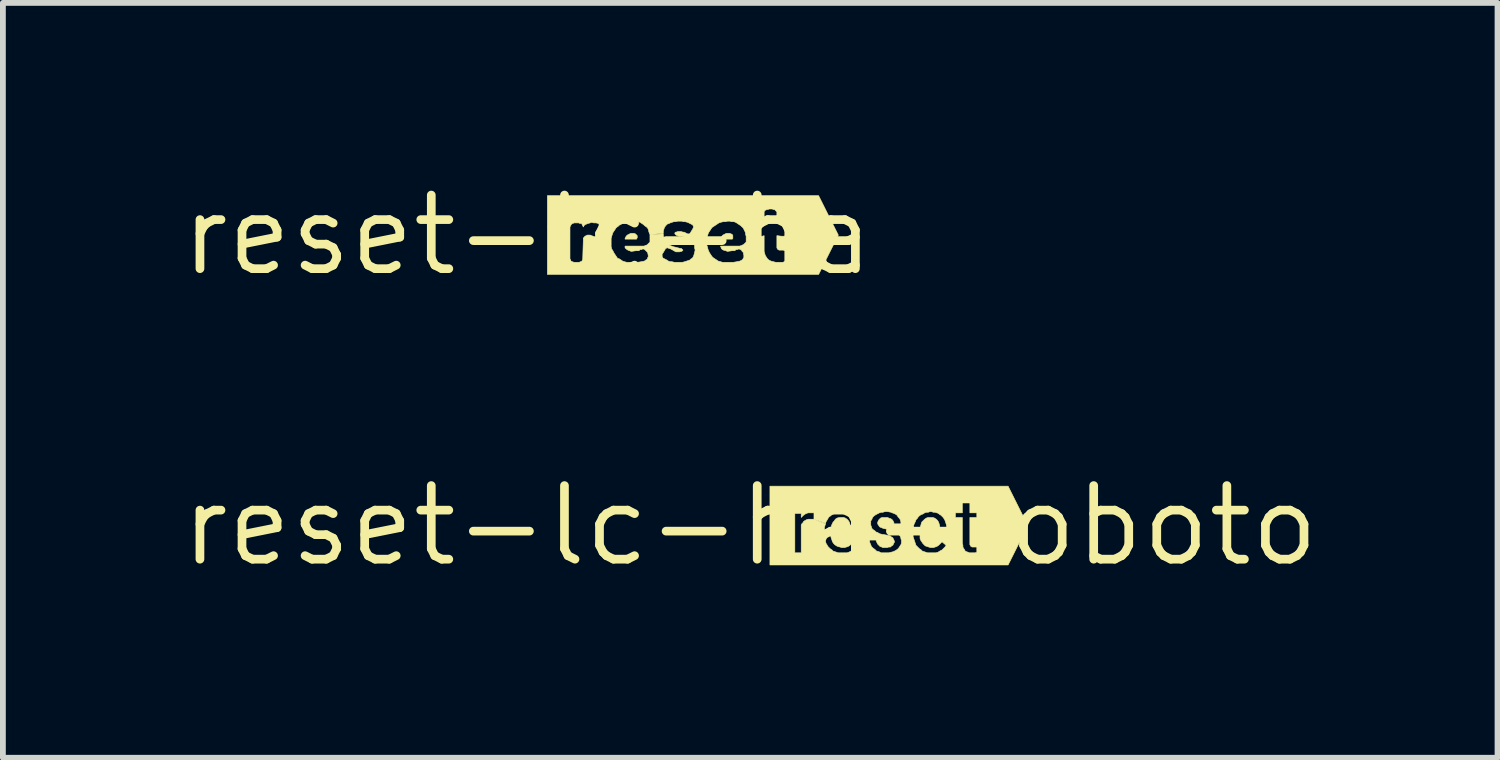
<source format=kicad_pcb>
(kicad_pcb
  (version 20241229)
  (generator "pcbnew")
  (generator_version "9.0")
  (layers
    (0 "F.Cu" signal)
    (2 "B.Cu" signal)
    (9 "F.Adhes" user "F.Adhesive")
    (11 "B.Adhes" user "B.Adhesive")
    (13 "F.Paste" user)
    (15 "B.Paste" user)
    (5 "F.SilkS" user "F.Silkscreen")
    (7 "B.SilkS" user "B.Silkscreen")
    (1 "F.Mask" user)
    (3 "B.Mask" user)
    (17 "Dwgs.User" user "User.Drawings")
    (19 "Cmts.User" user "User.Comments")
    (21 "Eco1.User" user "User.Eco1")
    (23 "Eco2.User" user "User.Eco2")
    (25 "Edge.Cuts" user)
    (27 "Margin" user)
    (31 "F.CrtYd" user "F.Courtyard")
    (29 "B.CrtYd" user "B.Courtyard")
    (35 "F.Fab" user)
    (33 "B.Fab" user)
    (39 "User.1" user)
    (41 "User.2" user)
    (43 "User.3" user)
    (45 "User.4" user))
  (footprint "reset-lc-ha"
    (layer "F.Cu")
    (at 6.055 1.006)
    (property "Reference" "reset-lc-ha" (at 0 0 0) (layer "F.SilkS") (effects (font (size 1.27 1.27) (thickness 0.15))))
    (attr board_only exclude_from_pos_files exclude_from_bom)
    (fp_poly (pts (xy 1.84 0.07) (xy 1.86 0.07) (xy 1.87 0.07) (xy 1.88 0.07) (xy 1.88 0.06) (xy 1.89 0.05) (xy 1.89 0.04) (xy 1.89 0.02) (xy 1.89 0.01) (xy 1.87 -0.01) (xy 1.86 -0.02) (xy 1.83 -0.03) (xy 1.8 -0.03) (xy 1.78 -0.03) (xy 1.76 -0.02) (xy 1.74 -0.01) (xy 1.72 0) (xy 1.7 0.02) (xy 1.69 0.04) (xy 1.68 0.06) (xy 1.68 0.07) (xy 1.84 0.07)) (stroke (width 0.01) (type solid)) (fill yes) (layer "F.SilkS"))
    (fp_poly (pts (xy 3.5 0.07) (xy 3.51 0.07) (xy 3.52 0.07) (xy 3.53 0.07) (xy 3.54 0.06) (xy 3.54 0.05) (xy 3.54 0.04) (xy 3.54 0.02) (xy 3.54 0.01) (xy 3.53 -0.01) (xy 3.51 -0.02) (xy 3.48 -0.03) (xy 3.45 -0.03) (xy 3.43 -0.03) (xy 3.41 -0.02) (xy 3.39 -0.01) (xy 3.37 0) (xy 3.35 0.02) (xy 3.34 0.04) (xy 3.33 0.06) (xy 3.33 0.07) (xy 3.5 0.07)) (stroke (width 0.01) (type solid)) (fill yes) (layer "F.SilkS"))
    (fp_poly (pts (xy 0.68 -0.68) (xy 0.34 -0.68) (xy 0.34 0.68) (xy 0.74 0.44) (xy 0.74 0.43) (xy 0.73 0.41) (xy 0.73 0.39) (xy 0.73 -0.14) (xy 0.74 -0.16) (xy 0.75 -0.18) (xy 0.76 -0.19) (xy 0.77 -0.2) (xy 0.78 -0.2) (xy 0.8 -0.21) (xy 0.86 -0.21) (xy 0.88 -0.21) (xy 0.9 -0.2) (xy 0.93 -0.2) (xy 0.94 -0.18) (xy 0.95 -0.16) (xy 0.96 -0.14) (xy 0.97 -0.16) (xy 0.99 -0.18) (xy 1.04 -0.2) (xy 1.08 -0.21) (xy 1.1 -0.22) (xy 1.14 -0.21) (xy 1.18 -0.21) (xy 1.22 -0.2) (xy 1.24 -0.17) (xy 1.25 -0.16) (xy 1.25 -0.14) (xy 1.25 -0.11) (xy 1.25 -0.08) (xy 1.46 -0.01) (xy 1.47 -0.04) (xy 1.49 -0.07) (xy 1.51 -0.1) (xy 1.53 -0.13) (xy 1.56 -0.15) (xy 1.58 -0.17) (xy 1.62 -0.19) (xy 1.65 -0.21) (xy 1.68 -0.22) (xy 1.72 -0.23) (xy 1.76 -0.23) (xy 1.8 -0.24) (xy 1.83 -0.24) (xy 1.87 -0.23) (xy 1.91 -0.23) (xy 1.94 -0.22) (xy 1.97 -0.2) (xy 2 -0.18) (xy 2.02 -0.16) (xy 2.05 -0.14) (xy 2.07 -0.12) (xy 2.08 -0.1) (xy 2.09 -0.06) (xy 2.1 -0.03) (xy 2.11 -0.01) (xy 2.34 -0.03) (xy 2.34 -0.07) (xy 2.35 -0.1) (xy 2.36 -0.13) (xy 2.38 -0.16) (xy 2.4 -0.18) (xy 2.41 -0.19) (xy 2.44 -0.2) (xy 2.46 -0.21) (xy 2.49 -0.22) (xy 2.52 -0.23) (xy 2.55 -0.23) (xy 2.59 -0.24) (xy 2.66 -0.24) (xy 2.69 -0.23) (xy 2.72 -0.23) (xy 2.76 -0.22) (xy 2.8 -0.2) (xy 2.82 -0.19) (xy 2.84 -0.18) (xy 2.85 -0.17) (xy 2.86 -0.15) (xy 2.86 -0.13) (xy 2.85 -0.11) (xy 2.84 -0.09) (xy 2.82 -0.06) (xy 2.81 -0.04) (xy 2.79 -0.02) (xy 2.78 -0.02) (xy 2.76 -0.02) (xy 2.74 -0.03) (xy 2.7 -0.05) (xy 2.68 -0.05) (xy 2.65 -0.06) (xy 2.62 -0.06) (xy 2.59 -0.06) (xy 2.56 -0.05) (xy 2.55 -0.05) (xy 2.55 -0.04) (xy 2.54 -0.04) (xy 2.54 -0.03) (xy 2.54 -0.02) (xy 2.55 -0.01) (xy 2.56 0) (xy 2.58 0.01) (xy 2.61 0.02) (xy 2.67 0.02) (xy 2.7 0.03) (xy 2.74 0.04) (xy 2.78 0.06) (xy 2.8 0.07) (xy 2.82 0.08) (xy 2.84 0.1) (xy 2.85 0.11) (xy 2.87 0.14) (xy 2.88 0.18) (xy 2.88 0.22) (xy 3.09 0.17) (xy 3.09 0.13) (xy 3.09 0.09) (xy 3.09 0.06) (xy 3.1 0.02) (xy 3.11 -0.01) (xy 3.12 -0.04) (xy 3.14 -0.07) (xy 3.16 -0.1) (xy 3.18 -0.13) (xy 3.21 -0.15) (xy 3.24 -0.17) (xy 3.27 -0.19) (xy 3.3 -0.21) (xy 3.33 -0.22) (xy 3.37 -0.23) (xy 3.41 -0.23) (xy 3.45 -0.24) (xy 3.49 -0.24) (xy 3.52 -0.23) (xy 3.56 -0.23) (xy 3.59 -0.22) (xy 3.62 -0.2) (xy 3.65 -0.18) (xy 3.68 -0.16) (xy 3.7 -0.14) (xy 3.72 -0.12) (xy 3.73 -0.1) (xy 3.75 -0.06) (xy 3.76 -0.03) (xy 3.76 -0.01) (xy 3.96 -0.05) (xy 3.96 -0.09) (xy 3.96 -0.14) (xy 3.96 -0.16) (xy 3.97 -0.18) (xy 4 -0.2) (xy 4.02 -0.21) (xy 4.03 -0.21) (xy 4.08 -0.2) (xy 4.08 -0.38) (xy 4.08 -0.4) (xy 4.09 -0.42) (xy 4.1 -0.43) (xy 4.11 -0.43) (xy 4.12 -0.44) (xy 4.14 -0.44) (xy 4.17 -0.45) (xy 4.2 -0.45) (xy 4.22 -0.45) (xy 4.24 -0.44) (xy 4.26 -0.44) (xy 4.27 -0.43) (xy 4.28 -0.42) (xy 4.29 -0.41) (xy 4.3 -0.4) (xy 4.3 -0.38) (xy 4.3 -0.34) (xy 4.3 -0.2) (xy 4.37 -0.21) (xy 4.42 -0.21) (xy 4.46 -0.2) (xy 4.47 -0.19) (xy 4.48 -0.18) (xy 4.49 -0.16) (xy 4.49 -0.15) (xy 4.5 -0.1) (xy 4.49 -0.05) (xy 4.49 -0.03) (xy 4.48 -0.02) (xy 4.48 0) (xy 4.46 0.01) (xy 4.42 0.02) (xy 4.38 0.02) (xy 4.3 0.01) (xy 4.3 0.2) (xy 4.3 0.22) (xy 4.31 0.24) (xy 4.32 0.25) (xy 4.34 0.26) (xy 4.38 0.26) (xy 4.41 0.26) (xy 4.44 0.27) (xy 4.45 0.28) (xy 4.45 0.29) (xy 4.46 0.31) (xy 4.46 0.35) (xy 4.46 0.4) (xy 4.46 0.42) (xy 4.45 0.43) (xy 4.44 0.45) (xy 4.43 0.46) (xy 4.4 0.47) (xy 4.37 0.47) (xy 4.33 0.47) (xy 4.28 0.47) (xy 4.24 0.46) (xy 4.2 0.45) (xy 4.18 0.44) (xy 4.16 0.43) (xy 4.15 0.42) (xy 4.13 0.4) (xy 4.12 0.38) (xy 4.11 0.37) (xy 4.1 0.35) (xy 4.09 0.32) (xy 4.08 0.28) (xy 4.08 0.23) (xy 4.08 0.01) (xy 4.05 0.02) (xy 4.02 0.02) (xy 4 0.02) (xy 3.99 0.01) (xy 3.98 0) (xy 3.97 -0.01) (xy 3.96 -0.03) (xy 3.96 -0.05) (xy 3.76 -0.01) (xy 3.77 0.02) (xy 3.77 0.12) (xy 3.73 0.16) (xy 3.71 0.17) (xy 3.69 0.18) (xy 3.66 0.19) (xy 3.64 0.19) (xy 3.33 0.19) (xy 3.33 0.2) (xy 3.34 0.22) (xy 3.34 0.23) (xy 3.35 0.24) (xy 3.36 0.25) (xy 3.38 0.26) (xy 3.42 0.27) (xy 3.44 0.28) (xy 3.46 0.28) (xy 3.53 0.27) (xy 3.57 0.27) (xy 3.6 0.25) (xy 3.62 0.25) (xy 3.64 0.24) (xy 3.65 0.24) (xy 3.67 0.25) (xy 3.69 0.26) (xy 3.7 0.28) (xy 3.72 0.3) (xy 3.73 0.35) (xy 3.73 0.36) (xy 3.73 0.38) (xy 3.73 0.39) (xy 3.72 0.4) (xy 3.71 0.42) (xy 3.7 0.43) (xy 3.68 0.44) (xy 3.66 0.45) (xy 3.61 0.46) (xy 3.55 0.47) (xy 3.48 0.47) (xy 3.44 0.47) (xy 3.4 0.47) (xy 3.36 0.47) (xy 3.33 0.46) (xy 3.29 0.45) (xy 3.26 0.43) (xy 3.23 0.41) (xy 3.2 0.39) (xy 3.18 0.37) (xy 3.16 0.34) (xy 3.14 0.31) (xy 3.12 0.27) (xy 3.11 0.24) (xy 3.1 0.2) (xy 3.09 0.17) (xy 2.88 0.22) (xy 2.89 0.26) (xy 2.88 0.3) (xy 2.87 0.34) (xy 2.86 0.37) (xy 2.84 0.4) (xy 2.82 0.41) (xy 2.8 0.43) (xy 2.77 0.44) (xy 2.74 0.45) (xy 2.71 0.46) (xy 2.67 0.47) (xy 2.63 0.47) (xy 2.59 0.47) (xy 2.56 0.47) (xy 2.53 0.47) (xy 2.49 0.46) (xy 2.46 0.46) (xy 2.43 0.45) (xy 2.4 0.43) (xy 2.34 0.4) (xy 2.33 0.39) (xy 2.32 0.37) (xy 2.32 0.35) (xy 2.32 0.33) (xy 2.34 0.3) (xy 2.37 0.25) (xy 2.38 0.23) (xy 2.39 0.23) (xy 2.4 0.22) (xy 2.41 0.22) (xy 2.44 0.23) (xy 2.47 0.24) (xy 2.54 0.28) (xy 2.56 0.29) (xy 2.58 0.29) (xy 2.62 0.29) (xy 2.65 0.28) (xy 2.66 0.28) (xy 2.67 0.27) (xy 2.68 0.26) (xy 2.67 0.25) (xy 2.66 0.24) (xy 2.65 0.23) (xy 2.63 0.23) (xy 2.59 0.22) (xy 2.55 0.21) (xy 2.51 0.2) (xy 2.46 0.18) (xy 2.42 0.16) (xy 2.4 0.14) (xy 2.39 0.12) (xy 2.36 0.08) (xy 2.35 0.05) (xy 2.34 0.01) (xy 2.34 -0.02) (xy 2.11 -0.01) (xy 2.11 0.02) (xy 2.11 0.12) (xy 2.07 0.16) (xy 2.06 0.17) (xy 2.03 0.18) (xy 2.01 0.19) (xy 1.99 0.19) (xy 1.68 0.19) (xy 1.68 0.2) (xy 1.68 0.22) (xy 1.69 0.23) (xy 1.7 0.24) (xy 1.73 0.26) (xy 1.76 0.27) (xy 1.78 0.28) (xy 1.8 0.28) (xy 1.87 0.27) (xy 1.92 0.27) (xy 1.94 0.25) (xy 1.97 0.25) (xy 1.98 0.24) (xy 2 0.24) (xy 2.02 0.25) (xy 2.03 0.26) (xy 2.05 0.28) (xy 2.07 0.3) (xy 2.08 0.35) (xy 2.08 0.36) (xy 2.08 0.38) (xy 2.07 0.39) (xy 2.07 0.4) (xy 2.06 0.42) (xy 2.04 0.43) (xy 2.03 0.44) (xy 2.01 0.45) (xy 1.96 0.46) (xy 1.9 0.47) (xy 1.83 0.47) (xy 1.79 0.47) (xy 1.75 0.47) (xy 1.71 0.47) (xy 1.67 0.46) (xy 1.64 0.45) (xy 1.61 0.43) (xy 1.58 0.41) (xy 1.55 0.4) (xy 1.53 0.37) (xy 1.51 0.34) (xy 1.49 0.31) (xy 1.47 0.27) (xy 1.45 0.24) (xy 1.44 0.2) (xy 1.44 0.17) (xy 1.44 0.13) (xy 1.44 0.09) (xy 1.44 0.06) (xy 1.45 0.02) (xy 1.46 -0.01) (xy 1.25 -0.08) (xy 1.24 -0.04) (xy 1.22 -0.01) (xy 1.21 0.01) (xy 1.2 0.02) (xy 1.18 0.02) (xy 1.17 0.03) (xy 1.16 0.03) (xy 1.13 0.02) (xy 1.1 0.01) (xy 1.08 0) (xy 1.06 0) (xy 1.03 0) (xy 1.01 0.01) (xy 0.99 0.02) (xy 0.97 0.04) (xy 0.96 0.06) (xy 0.96 0.07) (xy 0.96 0.09) (xy 0.95 0.41) (xy 0.95 0.42) (xy 0.94 0.44) (xy 0.93 0.46) (xy 0.91 0.46) (xy 0.89 0.47) (xy 0.86 0.47) (xy 0.83 0.47) (xy 0.8 0.47) (xy 0.77 0.46) (xy 0.75 0.45) (xy 0.74 0.44) (xy 0.34 0.68) (xy 5.02 0.68) (xy 5.36 0) (xy 5.02 -0.68) (xy 0.68 -0.68)) (stroke (width 0.01) (type solid)) (fill yes) (layer "F.SilkS")))
  (footprint "reset-lc-ha-roboto"
    (layer "F.Cu")
    (at 9.895 6.019)
    (property "Reference" "reset-lc-ha-roboto" (at 0 0 0) (layer "F.SilkS") (effects (font (size 1.27 1.27) (thickness 0.15))))
    (attr board_only exclude_from_pos_files exclude_from_bom)
    (fp_poly (pts (xy 1.57 -0.14) (xy 1.54 -0.14) (xy 1.5 -0.13) (xy 1.47 -0.11) (xy 1.45 -0.08) (xy 1.43 -0.06) (xy 1.41 -0.02) (xy 1.4 0.01) (xy 1.4 0.05) (xy 1.73 0.05) (xy 1.73 0.01) (xy 1.72 -0.03) (xy 1.71 -0.06) (xy 1.69 -0.09) (xy 1.67 -0.11) (xy 1.64 -0.13) (xy 1.61 -0.14) (xy 1.57 -0.14)) (stroke (width 0.01) (type solid)) (fill yes) (layer "F.SilkS"))
    (fp_poly (pts (xy 3.11 -0.14) (xy 3.07 -0.14) (xy 3.04 -0.13) (xy 3.01 -0.11) (xy 2.98 -0.08) (xy 2.96 -0.06) (xy 2.95 -0.03) (xy 2.94 0.01) (xy 2.93 0.05) (xy 3.27 0.05) (xy 3.27 0.01) (xy 3.26 -0.03) (xy 3.25 -0.06) (xy 3.23 -0.09) (xy 3.21 -0.11) (xy 3.18 -0.13) (xy 3.15 -0.14) (xy 3.11 -0.14)) (stroke (width 0.01) (type solid)) (fill yes) (layer "F.SilkS"))
    (fp_poly (pts (xy 0.68 -0.68) (xy 0.34 -0.68) (xy 0.34 0.68) (xy 0.77 0.47) (xy 0.77 -0.21) (xy 0.88 -0.21) (xy 0.88 -0.14) (xy 0.9 -0.16) (xy 0.92 -0.18) (xy 0.95 -0.2) (xy 0.97 -0.21) (xy 1 -0.22) (xy 1.03 -0.22) (xy 1.07 -0.22) (xy 1.09 -0.22) (xy 1.1 -0.22) (xy 1.1 -0.11) (xy 1.3 -0.04) (xy 1.31 -0.07) (xy 1.33 -0.1) (xy 1.34 -0.12) (xy 1.36 -0.15) (xy 1.39 -0.17) (xy 1.41 -0.19) (xy 1.44 -0.2) (xy 1.47 -0.22) (xy 1.5 -0.23) (xy 1.53 -0.23) (xy 1.56 -0.24) (xy 1.59 -0.24) (xy 1.63 -0.23) (xy 1.66 -0.23) (xy 1.68 -0.22) (xy 1.71 -0.21) (xy 1.73 -0.19) (xy 1.75 -0.18) (xy 1.77 -0.16) (xy 1.79 -0.14) (xy 1.81 -0.11) (xy 1.82 -0.09) (xy 1.83 -0.06) (xy 1.84 -0.03) (xy 1.85 0.01) (xy 1.85 0.04) (xy 1.86 0.08) (xy 1.86 0.15) (xy 1.39 0.15) (xy 1.39 0.19) (xy 1.4 0.22) (xy 1.41 0.25) (xy 1.42 0.28) (xy 1.44 0.31) (xy 1.46 0.33) (xy 1.49 0.35) (xy 1.51 0.36) (xy 1.55 0.37) (xy 1.58 0.38) (xy 1.62 0.38) (xy 1.66 0.37) (xy 1.69 0.36) (xy 1.72 0.34) (xy 1.75 0.31) (xy 1.77 0.28) (xy 1.84 0.34) (xy 2.06 0.28) (xy 2.06 0.25) (xy 2.17 0.25) (xy 2.18 0.28) (xy 2.19 0.3) (xy 2.2 0.32) (xy 2.22 0.34) (xy 2.24 0.36) (xy 2.27 0.37) (xy 2.29 0.38) (xy 2.32 0.38) (xy 2.36 0.38) (xy 2.39 0.37) (xy 2.42 0.37) (xy 2.44 0.35) (xy 2.46 0.34) (xy 2.47 0.32) (xy 2.48 0.3) (xy 2.49 0.28) (xy 2.48 0.25) (xy 2.47 0.23) (xy 2.46 0.21) (xy 2.44 0.2) (xy 2.42 0.18) (xy 2.39 0.17) (xy 2.27 0.15) (xy 2.23 0.14) (xy 2.2 0.12) (xy 2.17 0.11) (xy 2.15 0.09) (xy 2.12 0.07) (xy 2.1 0.05) (xy 2.09 0.02) (xy 2.08 -0.01) (xy 2.08 -0.05) (xy 2.08 -0.08) (xy 2.1 -0.11) (xy 2.11 -0.14) (xy 2.14 -0.17) (xy 2.17 -0.19) (xy 2.19 -0.2) (xy 2.21 -0.21) (xy 2.23 -0.22) (xy 2.26 -0.23) (xy 2.29 -0.23) (xy 2.32 -0.24) (xy 2.38 -0.24) (xy 2.43 -0.23) (xy 2.45 -0.22) (xy 2.48 -0.21) (xy 2.5 -0.2) (xy 2.52 -0.19) (xy 2.54 -0.17) (xy 2.55 -0.15) (xy 2.57 -0.13) (xy 2.59 -0.1) (xy 2.6 -0.06) (xy 2.6 -0.03) (xy 2.48 -0.03) (xy 2.48 -0.05) (xy 2.47 -0.07) (xy 2.46 -0.09) (xy 2.44 -0.11) (xy 2.42 -0.12) (xy 2.39 -0.13) (xy 2.37 -0.14) (xy 2.34 -0.14) (xy 2.31 -0.14) (xy 2.28 -0.14) (xy 2.25 -0.13) (xy 2.23 -0.11) (xy 2.22 -0.1) (xy 2.21 -0.08) (xy 2.2 -0.06) (xy 2.2 -0.03) (xy 2.21 -0.01) (xy 2.22 0) (xy 2.23 0.02) (xy 2.25 0.03) (xy 2.3 0.05) (xy 2.4 0.07) (xy 2.46 0.09) (xy 2.51 0.11) (xy 2.54 0.14) (xy 2.56 0.15) (xy 2.58 0.17) (xy 2.59 0.19) (xy 2.6 0.21) (xy 2.6 0.23) (xy 2.61 0.25) (xy 2.82 0.22) (xy 2.81 0.19) (xy 2.81 0.15) (xy 2.81 0.1) (xy 2.81 0.07) (xy 2.82 0.03) (xy 2.82 0) (xy 2.83 -0.03) (xy 2.85 -0.07) (xy 2.86 -0.1) (xy 2.88 -0.12) (xy 2.9 -0.15) (xy 2.92 -0.17) (xy 2.95 -0.19) (xy 2.98 -0.2) (xy 3.01 -0.22) (xy 3.04 -0.23) (xy 3.07 -0.23) (xy 3.1 -0.24) (xy 3.13 -0.24) (xy 3.16 -0.23) (xy 3.19 -0.23) (xy 3.22 -0.22) (xy 3.25 -0.21) (xy 3.27 -0.19) (xy 3.29 -0.18) (xy 3.31 -0.16) (xy 3.33 -0.14) (xy 3.35 -0.11) (xy 3.36 -0.09) (xy 3.37 -0.06) (xy 3.54 -0.14) (xy 3.54 -0.22) (xy 3.66 -0.22) (xy 3.66 -0.39) (xy 3.79 -0.39) (xy 3.79 -0.22) (xy 3.91 -0.22) (xy 3.91 -0.14) (xy 3.79 -0.14) (xy 3.79 0.29) (xy 3.79 0.33) (xy 3.8 0.34) (xy 3.8 0.35) (xy 3.81 0.36) (xy 3.83 0.37) (xy 3.84 0.37) (xy 3.86 0.37) (xy 3.91 0.37) (xy 3.91 0.46) (xy 3.88 0.47) (xy 3.84 0.47) (xy 3.81 0.47) (xy 3.78 0.47) (xy 3.76 0.46) (xy 3.73 0.45) (xy 3.71 0.44) (xy 3.7 0.42) (xy 3.68 0.39) (xy 3.67 0.37) (xy 3.67 0.34) (xy 3.66 0.3) (xy 3.66 -0.14) (xy 3.54 -0.14) (xy 3.37 -0.06) (xy 3.38 -0.03) (xy 3.39 0.01) (xy 3.39 0.04) (xy 3.39 0.08) (xy 3.39 0.15) (xy 2.93 0.15) (xy 2.93 0.19) (xy 2.93 0.22) (xy 2.94 0.25) (xy 2.96 0.28) (xy 2.98 0.31) (xy 3 0.33) (xy 3.02 0.35) (xy 3.05 0.36) (xy 3.08 0.37) (xy 3.12 0.38) (xy 3.16 0.38) (xy 3.19 0.37) (xy 3.22 0.36) (xy 3.25 0.34) (xy 3.28 0.31) (xy 3.31 0.28) (xy 3.38 0.34) (xy 3.36 0.37) (xy 3.33 0.4) (xy 3.31 0.42) (xy 3.27 0.44) (xy 3.24 0.46) (xy 3.2 0.47) (xy 3.17 0.47) (xy 3.12 0.47) (xy 3.09 0.47) (xy 3.06 0.47) (xy 3.03 0.46) (xy 3 0.45) (xy 2.97 0.44) (xy 2.95 0.42) (xy 2.92 0.4) (xy 2.9 0.38) (xy 2.88 0.36) (xy 2.86 0.34) (xy 2.85 0.31) (xy 2.84 0.28) (xy 2.83 0.25) (xy 2.82 0.22) (xy 2.61 0.25) (xy 2.61 0.27) (xy 2.61 0.3) (xy 2.6 0.33) (xy 2.58 0.36) (xy 2.56 0.39) (xy 2.54 0.41) (xy 2.51 0.43) (xy 2.47 0.45) (xy 2.43 0.46) (xy 2.39 0.47) (xy 2.34 0.47) (xy 2.3 0.47) (xy 2.26 0.47) (xy 2.22 0.45) (xy 2.18 0.44) (xy 2.15 0.41) (xy 2.12 0.39) (xy 2.09 0.36) (xy 2.08 0.33) (xy 2.07 0.31) (xy 2.06 0.28) (xy 1.84 0.34) (xy 1.82 0.37) (xy 1.8 0.4) (xy 1.77 0.42) (xy 1.74 0.44) (xy 1.7 0.46) (xy 1.67 0.47) (xy 1.63 0.47) (xy 1.59 0.47) (xy 1.58 0.47) (xy 1.55 0.47) (xy 1.52 0.47) (xy 1.49 0.46) (xy 1.46 0.45) (xy 1.43 0.44) (xy 1.41 0.42) (xy 1.38 0.4) (xy 1.36 0.38) (xy 1.34 0.36) (xy 1.33 0.34) (xy 1.31 0.31) (xy 1.3 0.28) (xy 1.29 0.25) (xy 1.28 0.22) (xy 1.28 0.19) (xy 1.27 0.15) (xy 1.27 0.1) (xy 1.28 0.07) (xy 1.28 0.03) (xy 1.29 0) (xy 1.3 -0.03) (xy 1.1 -0.11) (xy 1.07 -0.11) (xy 1.03 -0.11) (xy 1 -0.11) (xy 0.97 -0.1) (xy 0.95 -0.09) (xy 0.92 -0.07) (xy 0.91 -0.05) (xy 0.89 -0.03) (xy 0.88 -0.01) (xy 0.88 0.47) (xy 0.77 0.47) (xy 0.34 0.68) (xy 4.45 0.68) (xy 4.79 0) (xy 4.45 -0.68) (xy 0.68 -0.68)) (stroke (width 0.01) (type solid)) (fill yes) (layer "F.SilkS")))
  (gr_rect
    (start -3 -3)
    (end 22.79 10.025)
    (stroke (width 0.1) (type default))
    (fill no)
    (layer "Edge.Cuts")))
</source>
